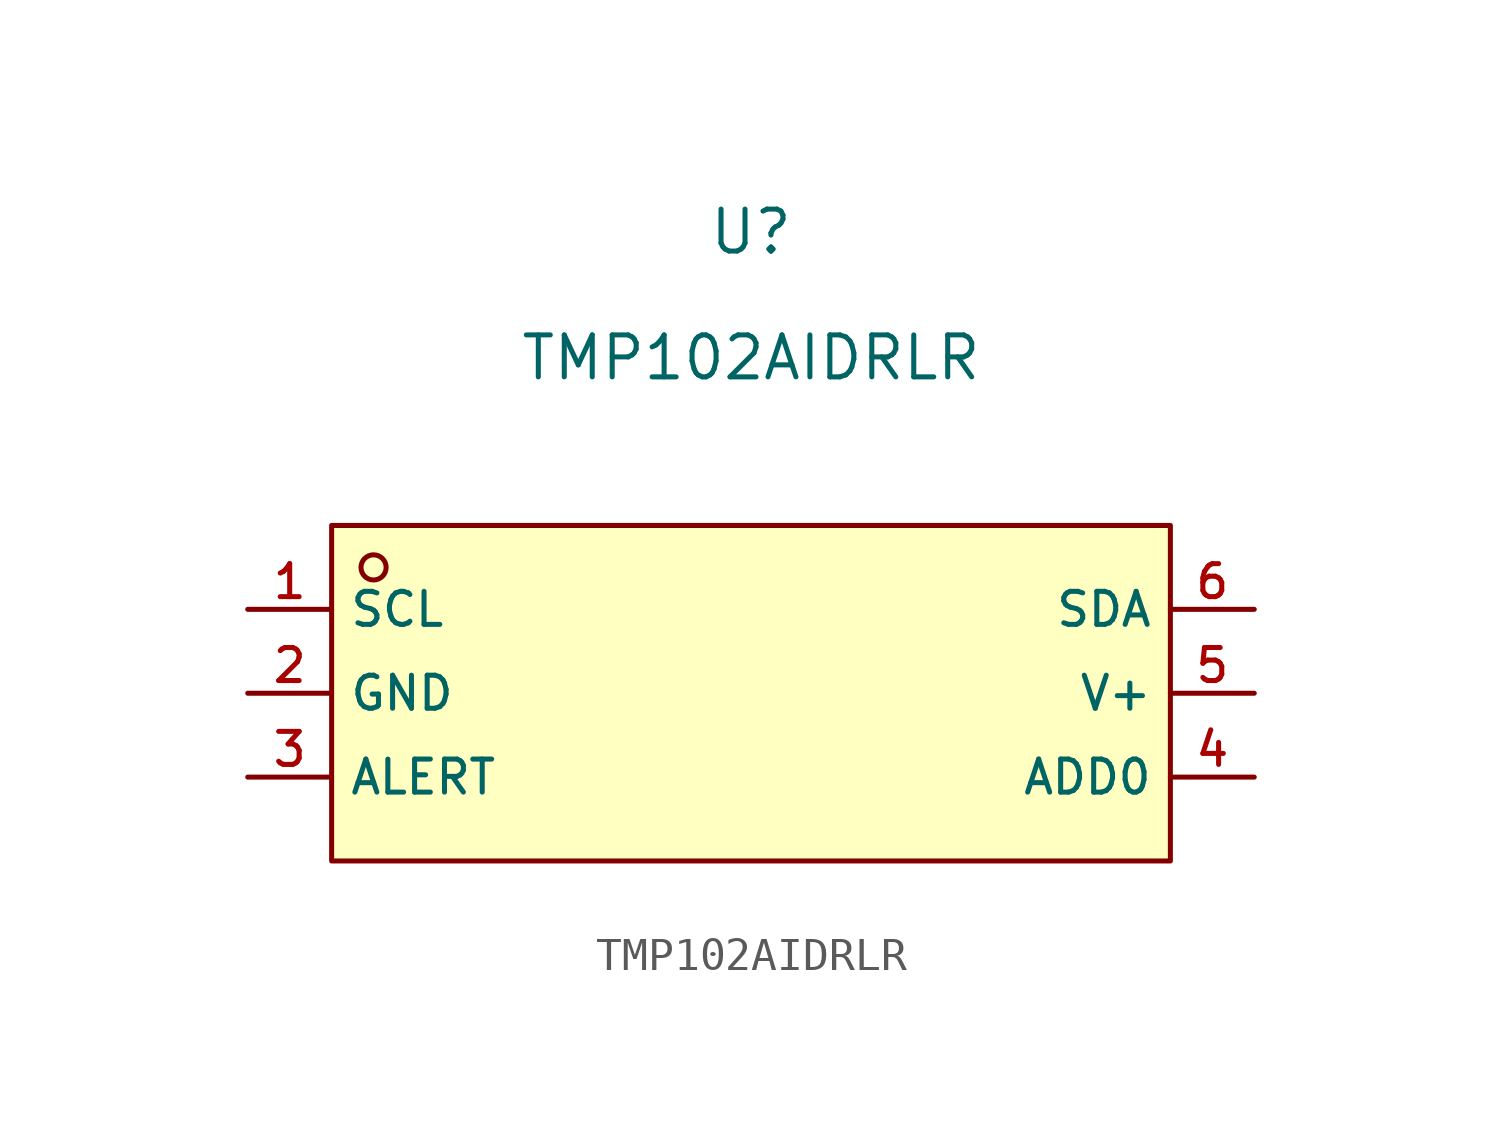
<source format=kicad_sym>
(kicad_symbol_lib
  (version 20211014)
  (generator kicad_symbol_editor)
  (symbol "TMP102AIDRLR"
    (property "Reference" "U"
      (at 0 1.27 0)
      (effects (font (size 1.27 1.27))))
    (property "Value" "TMP102AIDRLR"
      (at 0 -2.54 0)
      (effects (font (size 1.27 1.27))))
    (symbol "TMP102AIDRLR_0_0"
      (rectangle (start -12.7 -7.62) (end 12.7 -17.78) (stroke (width 0) (type default) (color 0 0 0 0)) (fill (type background)))
      (circle (center -11.43 -8.89) (radius 0.381) (stroke (width 0) (type default) (color 0 0 0 0)) (fill (type background)))
      (pin input line (at -15.24 -10.16 0) (length 2.54) (name "SCL" (effects (font (size 1 1)))) (number "1" (effects (font (size 1 1)))))
      (pin power_in line (at -15.24 -12.7 0) (length 2.54) (name "GND" (effects (font (size 1 1)))) (number "2" (effects (font (size 1 1)))))
      (pin output line (at -15.24 -15.24 0) (length 2.54) (name "ALERT" (effects (font (size 1 1)))) (number "3" (effects (font (size 1 1)))))
      (pin input line (at 15.24 -15.24 180) (length 2.54) (name "ADD0" (effects (font (size 1 1)))) (number "4" (effects (font (size 1 1)))))
      (pin power_out line (at 15.24 -12.7 180) (length 2.54) (name "V+" (effects (font (size 1 1)))) (number "5" (effects (font (size 1 1)))))
      (pin bidirectional line (at 15.24 -10.16 180) (length 2.54) (name "SDA" (effects (font (size 1 1)))) (number "6" (effects (font (size 1 1))))))))
</source>
